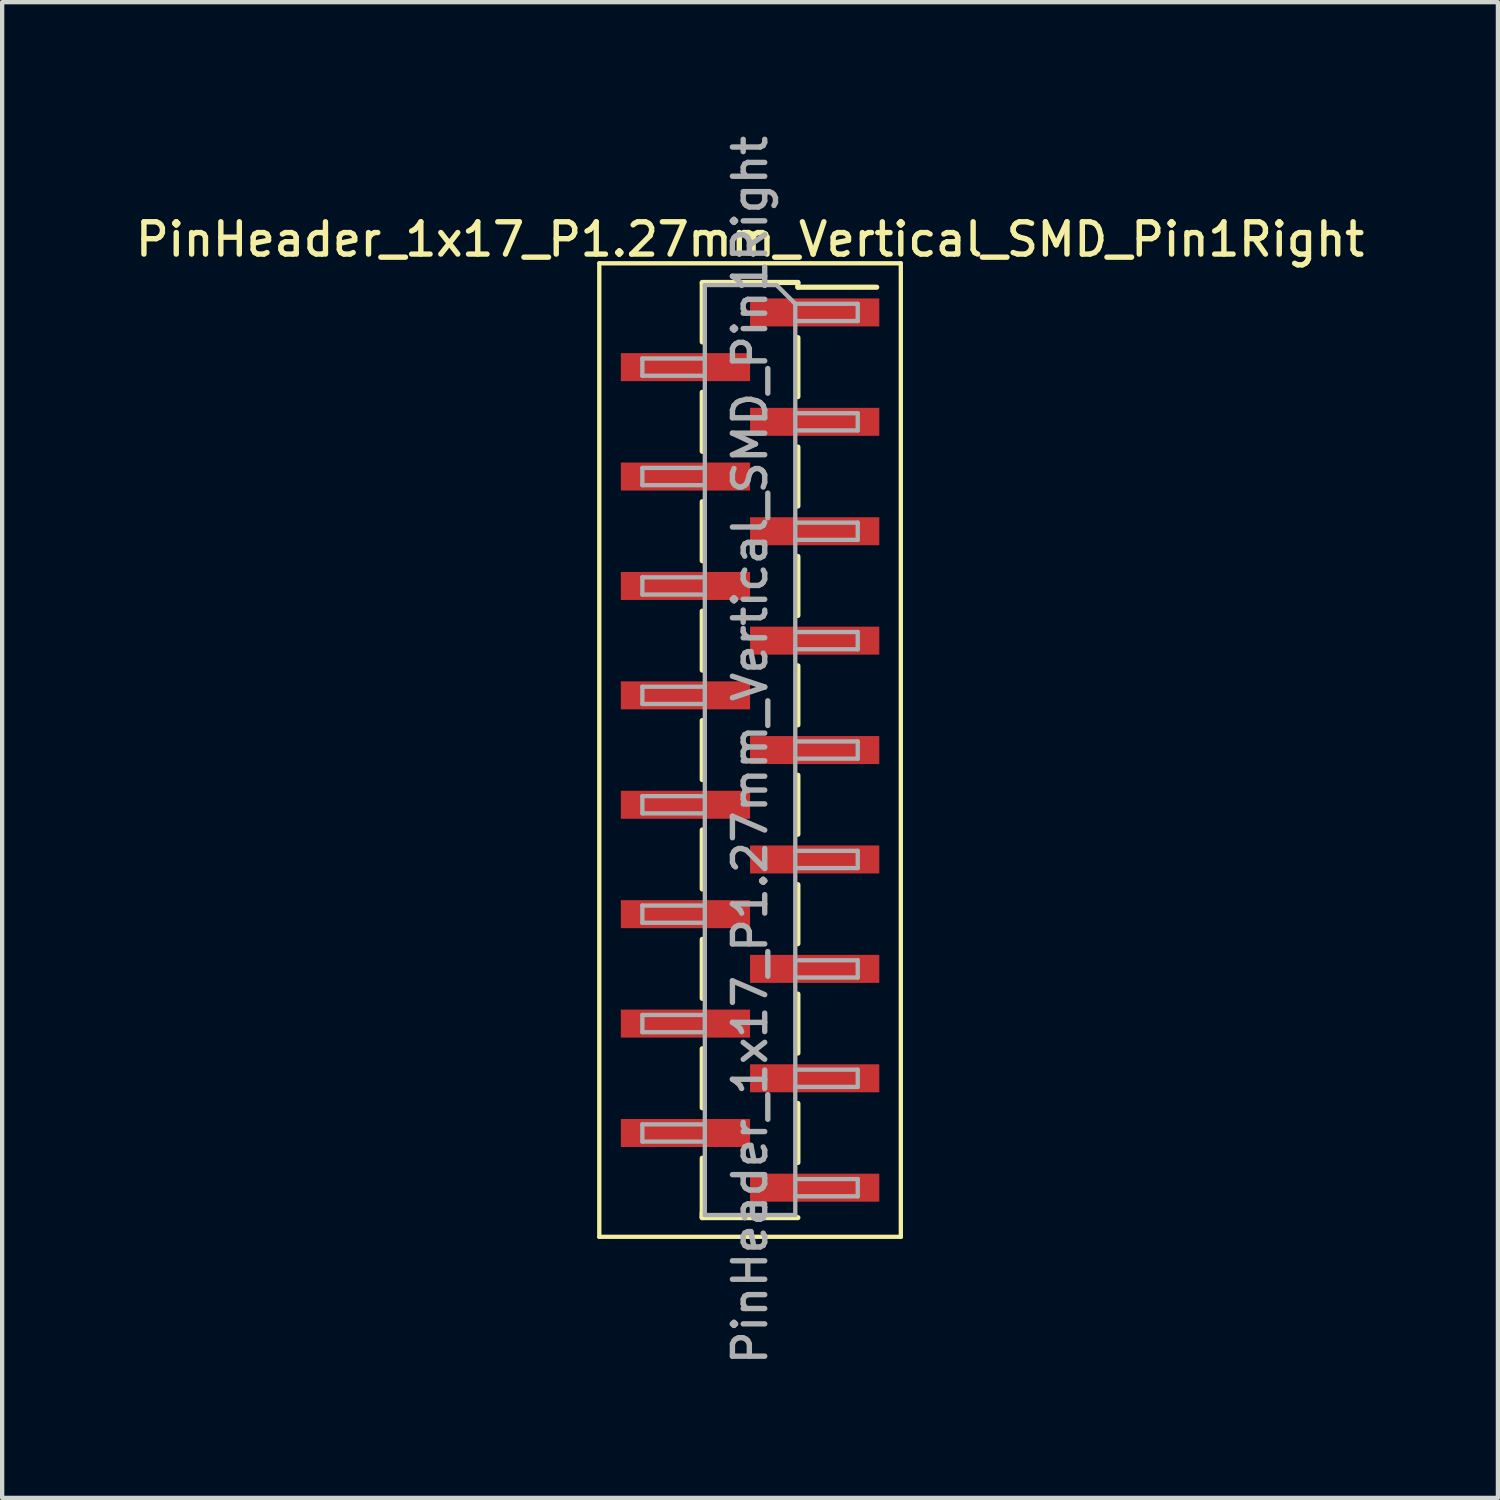
<source format=kicad_pcb>
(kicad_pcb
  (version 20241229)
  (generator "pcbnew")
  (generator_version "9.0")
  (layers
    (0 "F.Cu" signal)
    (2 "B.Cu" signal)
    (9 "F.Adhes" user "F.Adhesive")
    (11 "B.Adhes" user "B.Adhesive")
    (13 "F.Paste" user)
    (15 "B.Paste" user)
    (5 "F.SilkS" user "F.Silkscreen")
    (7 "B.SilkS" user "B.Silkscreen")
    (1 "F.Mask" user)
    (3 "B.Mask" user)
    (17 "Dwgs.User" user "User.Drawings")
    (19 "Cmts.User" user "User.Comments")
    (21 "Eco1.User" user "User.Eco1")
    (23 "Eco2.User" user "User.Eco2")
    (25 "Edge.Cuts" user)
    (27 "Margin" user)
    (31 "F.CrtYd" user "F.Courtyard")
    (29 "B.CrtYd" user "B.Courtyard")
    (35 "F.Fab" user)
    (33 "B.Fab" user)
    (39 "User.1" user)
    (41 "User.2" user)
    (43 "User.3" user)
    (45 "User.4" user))
  (footprint "PinHeader_1x17_P1.27mm_Vertical_SMD_Pin1Right"
    (layer "F.Cu")
    (at 14.363 14.363)
    (property "Reference" "PinHeader_1x17_P1.27mm_Vertical_SMD_Pin1Right" (at 0 -11.855 0) (layer "F.SilkS") (effects (font (size 0.75 0.75) (thickness 0.125))))
    (attr smd)
    (fp_line (start -3.5 -11.3) (end -3.5 11.3) (stroke (width 0.1) (type solid)) (layer "F.SilkS"))
    (fp_line (start -3.5 11.3) (end 3.5 11.3) (stroke (width 0.1) (type solid)) (layer "F.SilkS"))
    (fp_line (start -1.11 -10.855) (end 1.11 -10.855) (stroke (width 0.12) (type solid)) (layer "F.SilkS"))
    (fp_line (start -1.11 -10.845) (end -1.11 -9.475) (stroke (width 0.12) (type solid)) (layer "F.SilkS"))
    (fp_line (start -1.11 -8.305) (end -1.11 -6.935) (stroke (width 0.12) (type solid)) (layer "F.SilkS"))
    (fp_line (start -1.11 -5.765) (end -1.11 -4.395) (stroke (width 0.12) (type solid)) (layer "F.SilkS"))
    (fp_line (start -1.11 -3.225) (end -1.11 -1.855) (stroke (width 0.12) (type solid)) (layer "F.SilkS"))
    (fp_line (start -1.11 -0.685) (end -1.11 0.685) (stroke (width 0.12) (type solid)) (layer "F.SilkS"))
    (fp_line (start -1.11 1.855) (end -1.11 3.225) (stroke (width 0.12) (type solid)) (layer "F.SilkS"))
    (fp_line (start -1.11 4.395) (end -1.11 5.765) (stroke (width 0.12) (type solid)) (layer "F.SilkS"))
    (fp_line (start -1.11 6.935) (end -1.11 8.305) (stroke (width 0.12) (type solid)) (layer "F.SilkS"))
    (fp_line (start -1.11 9.475) (end -1.11 10.845) (stroke (width 0.12) (type solid)) (layer "F.SilkS"))
    (fp_line (start -1.11 10.745) (end -1.11 10.855) (stroke (width 0.12) (type solid)) (layer "F.SilkS"))
    (fp_line (start -1.11 10.855) (end 1.11 10.855) (stroke (width 0.12) (type solid)) (layer "F.SilkS"))
    (fp_line (start 1.11 -10.855) (end 1.11 -10.745) (stroke (width 0.12) (type solid)) (layer "F.SilkS"))
    (fp_line (start 1.11 -10.745) (end 2.94 -10.745) (stroke (width 0.12) (type solid)) (layer "F.SilkS"))
    (fp_line (start 1.11 -9.575) (end 1.11 -8.205) (stroke (width 0.12) (type solid)) (layer "F.SilkS"))
    (fp_line (start 1.11 -7.035) (end 1.11 -5.665) (stroke (width 0.12) (type solid)) (layer "F.SilkS"))
    (fp_line (start 1.11 -4.495) (end 1.11 -3.125) (stroke (width 0.12) (type solid)) (layer "F.SilkS"))
    (fp_line (start 1.11 -1.955) (end 1.11 -0.585) (stroke (width 0.12) (type solid)) (layer "F.SilkS"))
    (fp_line (start 1.11 0.585) (end 1.11 1.955) (stroke (width 0.12) (type solid)) (layer "F.SilkS"))
    (fp_line (start 1.11 3.125) (end 1.11 4.495) (stroke (width 0.12) (type solid)) (layer "F.SilkS"))
    (fp_line (start 1.11 5.665) (end 1.11 7.035) (stroke (width 0.12) (type solid)) (layer "F.SilkS"))
    (fp_line (start 1.11 8.205) (end 1.11 9.575) (stroke (width 0.12) (type solid)) (layer "F.SilkS"))
    (fp_line (start 3.5 -11.3) (end -3.5 -11.3) (stroke (width 0.1) (type solid)) (layer "F.SilkS"))
    (fp_line (start 3.5 11.3) (end 3.5 -11.3) (stroke (width 0.1) (type solid)) (layer "F.SilkS"))
    (fp_line (start -2.5 -9.09) (end -2.5 -8.69) (stroke (width 0.1) (type solid)) (layer "F.Fab"))
    (fp_line (start -2.5 -8.69) (end -1.05 -8.69) (stroke (width 0.1) (type solid)) (layer "F.Fab"))
    (fp_line (start -2.5 -6.55) (end -2.5 -6.15) (stroke (width 0.1) (type solid)) (layer "F.Fab"))
    (fp_line (start -2.5 -6.15) (end -1.05 -6.15) (stroke (width 0.1) (type solid)) (layer "F.Fab"))
    (fp_line (start -2.5 -4.01) (end -2.5 -3.61) (stroke (width 0.1) (type solid)) (layer "F.Fab"))
    (fp_line (start -2.5 -3.61) (end -1.05 -3.61) (stroke (width 0.1) (type solid)) (layer "F.Fab"))
    (fp_line (start -2.5 -1.47) (end -2.5 -1.07) (stroke (width 0.1) (type solid)) (layer "F.Fab"))
    (fp_line (start -2.5 -1.07) (end -1.05 -1.07) (stroke (width 0.1) (type solid)) (layer "F.Fab"))
    (fp_line (start -2.5 1.07) (end -2.5 1.47) (stroke (width 0.1) (type solid)) (layer "F.Fab"))
    (fp_line (start -2.5 1.47) (end -1.05 1.47) (stroke (width 0.1) (type solid)) (layer "F.Fab"))
    (fp_line (start -2.5 3.61) (end -2.5 4.01) (stroke (width 0.1) (type solid)) (layer "F.Fab"))
    (fp_line (start -2.5 4.01) (end -1.05 4.01) (stroke (width 0.1) (type solid)) (layer "F.Fab"))
    (fp_line (start -2.5 6.15) (end -2.5 6.55) (stroke (width 0.1) (type solid)) (layer "F.Fab"))
    (fp_line (start -2.5 6.55) (end -1.05 6.55) (stroke (width 0.1) (type solid)) (layer "F.Fab"))
    (fp_line (start -2.5 8.69) (end -2.5 9.09) (stroke (width 0.1) (type solid)) (layer "F.Fab"))
    (fp_line (start -2.5 9.09) (end -1.05 9.09) (stroke (width 0.1) (type solid)) (layer "F.Fab"))
    (fp_line (start -1.05 -10.795) (end -1.05 10.795) (stroke (width 0.1) (type solid)) (layer "F.Fab"))
    (fp_line (start -1.05 -10.795) (end 0.615 -10.795) (stroke (width 0.1) (type solid)) (layer "F.Fab"))
    (fp_line (start -1.05 -9.09) (end -2.5 -9.09) (stroke (width 0.1) (type solid)) (layer "F.Fab"))
    (fp_line (start -1.05 -6.55) (end -2.5 -6.55) (stroke (width 0.1) (type solid)) (layer "F.Fab"))
    (fp_line (start -1.05 -4.01) (end -2.5 -4.01) (stroke (width 0.1) (type solid)) (layer "F.Fab"))
    (fp_line (start -1.05 -1.47) (end -2.5 -1.47) (stroke (width 0.1) (type solid)) (layer "F.Fab"))
    (fp_line (start -1.05 1.07) (end -2.5 1.07) (stroke (width 0.1) (type solid)) (layer "F.Fab"))
    (fp_line (start -1.05 3.61) (end -2.5 3.61) (stroke (width 0.1) (type solid)) (layer "F.Fab"))
    (fp_line (start -1.05 6.15) (end -2.5 6.15) (stroke (width 0.1) (type solid)) (layer "F.Fab"))
    (fp_line (start -1.05 8.69) (end -2.5 8.69) (stroke (width 0.1) (type solid)) (layer "F.Fab"))
    (fp_line (start 1.05 -10.36) (end 0.615 -10.795) (stroke (width 0.1) (type solid)) (layer "F.Fab"))
    (fp_line (start 1.05 -10.36) (end 2.5 -10.36) (stroke (width 0.1) (type solid)) (layer "F.Fab"))
    (fp_line (start 1.05 -7.82) (end 2.5 -7.82) (stroke (width 0.1) (type solid)) (layer "F.Fab"))
    (fp_line (start 1.05 -5.28) (end 2.5 -5.28) (stroke (width 0.1) (type solid)) (layer "F.Fab"))
    (fp_line (start 1.05 -2.74) (end 2.5 -2.74) (stroke (width 0.1) (type solid)) (layer "F.Fab"))
    (fp_line (start 1.05 -0.2) (end 2.5 -0.2) (stroke (width 0.1) (type solid)) (layer "F.Fab"))
    (fp_line (start 1.05 2.34) (end 2.5 2.34) (stroke (width 0.1) (type solid)) (layer "F.Fab"))
    (fp_line (start 1.05 4.88) (end 2.5 4.88) (stroke (width 0.1) (type solid)) (layer "F.Fab"))
    (fp_line (start 1.05 7.42) (end 2.5 7.42) (stroke (width 0.1) (type solid)) (layer "F.Fab"))
    (fp_line (start 1.05 9.96) (end 2.5 9.96) (stroke (width 0.1) (type solid)) (layer "F.Fab"))
    (fp_line (start 1.05 10.795) (end -1.05 10.795) (stroke (width 0.1) (type solid)) (layer "F.Fab"))
    (fp_line (start 1.05 10.795) (end 1.05 -10.36) (stroke (width 0.1) (type solid)) (layer "F.Fab"))
    (fp_line (start 2.5 -10.36) (end 2.5 -9.96) (stroke (width 0.1) (type solid)) (layer "F.Fab"))
    (fp_line (start 2.5 -9.96) (end 1.05 -9.96) (stroke (width 0.1) (type solid)) (layer "F.Fab"))
    (fp_line (start 2.5 -7.82) (end 2.5 -7.42) (stroke (width 0.1) (type solid)) (layer "F.Fab"))
    (fp_line (start 2.5 -7.42) (end 1.05 -7.42) (stroke (width 0.1) (type solid)) (layer "F.Fab"))
    (fp_line (start 2.5 -5.28) (end 2.5 -4.88) (stroke (width 0.1) (type solid)) (layer "F.Fab"))
    (fp_line (start 2.5 -4.88) (end 1.05 -4.88) (stroke (width 0.1) (type solid)) (layer "F.Fab"))
    (fp_line (start 2.5 -2.74) (end 2.5 -2.34) (stroke (width 0.1) (type solid)) (layer "F.Fab"))
    (fp_line (start 2.5 -2.34) (end 1.05 -2.34) (stroke (width 0.1) (type solid)) (layer "F.Fab"))
    (fp_line (start 2.5 -0.2) (end 2.5 0.2) (stroke (width 0.1) (type solid)) (layer "F.Fab"))
    (fp_line (start 2.5 0.2) (end 1.05 0.2) (stroke (width 0.1) (type solid)) (layer "F.Fab"))
    (fp_line (start 2.5 2.34) (end 2.5 2.74) (stroke (width 0.1) (type solid)) (layer "F.Fab"))
    (fp_line (start 2.5 2.74) (end 1.05 2.74) (stroke (width 0.1) (type solid)) (layer "F.Fab"))
    (fp_line (start 2.5 4.88) (end 2.5 5.28) (stroke (width 0.1) (type solid)) (layer "F.Fab"))
    (fp_line (start 2.5 5.28) (end 1.05 5.28) (stroke (width 0.1) (type solid)) (layer "F.Fab"))
    (fp_line (start 2.5 7.42) (end 2.5 7.82) (stroke (width 0.1) (type solid)) (layer "F.Fab"))
    (fp_line (start 2.5 7.82) (end 1.05 7.82) (stroke (width 0.1) (type solid)) (layer "F.Fab"))
    (fp_line (start 2.5 9.96) (end 2.5 10.36) (stroke (width 0.1) (type solid)) (layer "F.Fab"))
    (fp_line (start 2.5 10.36) (end 1.05 10.36) (stroke (width 0.1) (type solid)) (layer "F.Fab"))
    (fp_text user "${REFERENCE}" (at 0 0 90) (layer "F.Fab") (effects (font (size 0.75 0.75) (thickness 0.125))))
    (pad "1" smd rect (at 1.5 -10.16) (size 3 0.65) (layers "F.Cu" "F.Mask" "F.Paste"))
    (pad "2" smd rect (at -1.5 -8.89) (size 3 0.65) (layers "F.Cu" "F.Mask" "F.Paste"))
    (pad "3" smd rect (at 1.5 -7.62) (size 3 0.65) (layers "F.Cu" "F.Mask" "F.Paste"))
    (pad "4" smd rect (at -1.5 -6.35) (size 3 0.65) (layers "F.Cu" "F.Mask" "F.Paste"))
    (pad "5" smd rect (at 1.5 -5.08) (size 3 0.65) (layers "F.Cu" "F.Mask" "F.Paste"))
    (pad "6" smd rect (at -1.5 -3.81) (size 3 0.65) (layers "F.Cu" "F.Mask" "F.Paste"))
    (pad "7" smd rect (at 1.5 -2.54) (size 3 0.65) (layers "F.Cu" "F.Mask" "F.Paste"))
    (pad "8" smd rect (at -1.5 -1.27) (size 3 0.65) (layers "F.Cu" "F.Mask" "F.Paste"))
    (pad "9" smd rect (at 1.5 0) (size 3 0.65) (layers "F.Cu" "F.Mask" "F.Paste"))
    (pad "10" smd rect (at -1.5 1.27) (size 3 0.65) (layers "F.Cu" "F.Mask" "F.Paste"))
    (pad "11" smd rect (at 1.5 2.54) (size 3 0.65) (layers "F.Cu" "F.Mask" "F.Paste"))
    (pad "12" smd rect (at -1.5 3.81) (size 3 0.65) (layers "F.Cu" "F.Mask" "F.Paste"))
    (pad "13" smd rect (at 1.5 5.08) (size 3 0.65) (layers "F.Cu" "F.Mask" "F.Paste"))
    (pad "14" smd rect (at -1.5 6.35) (size 3 0.65) (layers "F.Cu" "F.Mask" "F.Paste"))
    (pad "15" smd rect (at 1.5 7.62) (size 3 0.65) (layers "F.Cu" "F.Mask" "F.Paste"))
    (pad "16" smd rect (at -1.5 8.89) (size 3 0.65) (layers "F.Cu" "F.Mask" "F.Paste"))
    (pad "17" smd rect (at 1.5 10.16) (size 3 0.65) (layers "F.Cu" "F.Mask" "F.Paste")))
  (gr_rect
    (start -3 -3)
    (end 31.725 31.725)
    (stroke (width 0.1) (type default))
    (fill no)
    (layer "Edge.Cuts")))
</source>
